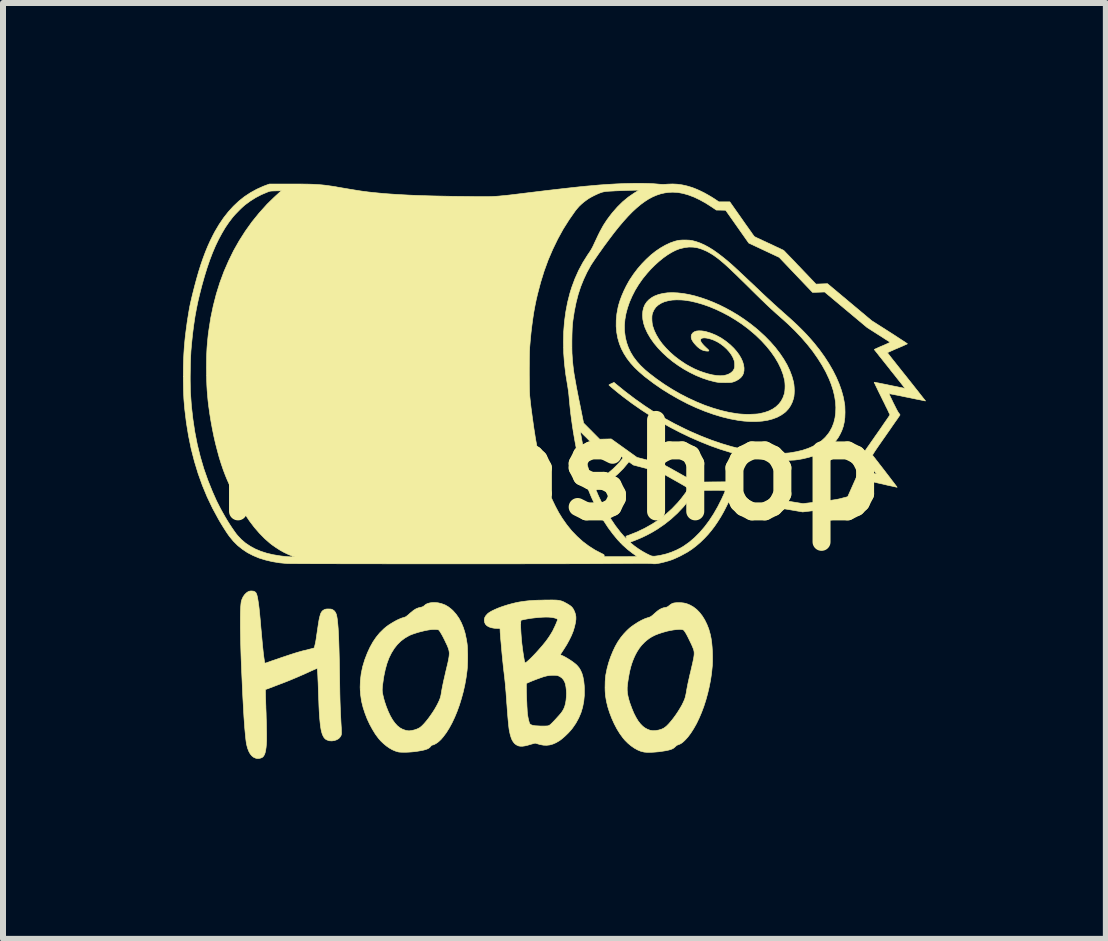
<source format=kicad_pcb>
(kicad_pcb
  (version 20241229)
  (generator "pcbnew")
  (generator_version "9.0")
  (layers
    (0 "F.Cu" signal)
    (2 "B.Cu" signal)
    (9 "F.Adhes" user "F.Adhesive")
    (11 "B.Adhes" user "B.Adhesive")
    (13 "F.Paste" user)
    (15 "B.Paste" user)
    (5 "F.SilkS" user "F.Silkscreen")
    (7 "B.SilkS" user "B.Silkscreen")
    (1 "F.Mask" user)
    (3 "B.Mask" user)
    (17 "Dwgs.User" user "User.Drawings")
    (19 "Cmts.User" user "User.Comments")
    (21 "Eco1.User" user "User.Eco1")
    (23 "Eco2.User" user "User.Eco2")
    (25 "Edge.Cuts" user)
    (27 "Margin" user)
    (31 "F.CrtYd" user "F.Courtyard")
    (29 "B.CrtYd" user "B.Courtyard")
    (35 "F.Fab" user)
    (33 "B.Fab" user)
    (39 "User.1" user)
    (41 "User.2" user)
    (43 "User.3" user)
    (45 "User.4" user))
  (footprint "Hoboshop"
    (layer "F.Cu")
    (at 6.106 4.783)
    (property "Reference" "Hoboshop" (at 0 0 0) (layer "F.SilkS") (effects (font (size 1.524 1.524) (thickness 0.3))))
    (attr exclude_from_pos_files exclude_from_bom)
    (fp_poly (pts (xy -1.856 2.213) (xy -1.794 2.228) (xy -1.736 2.25) (xy -1.683 2.281) (xy -1.632 2.321) (xy -1.607 2.344) (xy -1.554 2.404) (xy -1.507 2.471) (xy -1.467 2.546) (xy -1.433 2.628) (xy -1.405 2.719) (xy -1.384 2.818) (xy -1.372 2.89) (xy -1.368 2.926) (xy -1.365 2.97) (xy -1.364 3.02) (xy -1.362 3.074) (xy -1.362 3.13) (xy -1.363 3.187) (xy -1.365 3.24) (xy -1.367 3.29) (xy -1.371 3.333) (xy -1.372 3.344) (xy -1.388 3.462) (xy -1.409 3.58) (xy -1.435 3.696) (xy -1.466 3.809) (xy -1.5 3.919) (xy -1.538 4.024) (xy -1.579 4.123) (xy -1.623 4.216) (xy -1.67 4.302) (xy -1.719 4.38) (xy -1.77 4.448) (xy -1.805 4.489) (xy -1.832 4.515) (xy -1.86 4.539) (xy -1.89 4.559) (xy -1.917 4.574) (xy -1.941 4.583) (xy -1.954 4.585) (xy -1.962 4.589) (xy -1.973 4.6) (xy -1.979 4.607) (xy -1.993 4.623) (xy -2.011 4.637) (xy -2.035 4.649) (xy -2.065 4.66) (xy -2.103 4.67) (xy -2.149 4.679) (xy -2.204 4.688) (xy -2.216 4.69) (xy -2.256 4.695) (xy -2.3 4.699) (xy -2.346 4.702) (xy -2.391 4.704) (xy -2.434 4.704) (xy -2.472 4.703) (xy -2.503 4.701) (xy -2.521 4.698) (xy -2.567 4.684) (xy -2.616 4.663) (xy -2.667 4.634) (xy -2.717 4.599) (xy -2.765 4.559) (xy -2.81 4.516) (xy -2.846 4.475) (xy -2.899 4.404) (xy -2.948 4.324) (xy -2.995 4.238) (xy -3.037 4.148) (xy -3.073 4.054) (xy -3.104 3.96) (xy -3.127 3.868) (xy -3.132 3.844) (xy -3.148 3.733) (xy -3.152 3.666) (xy -2.786 3.666) (xy -2.785 3.687) (xy -2.783 3.706) (xy -2.783 3.708) (xy -2.774 3.752) (xy -2.762 3.803) (xy -2.747 3.858) (xy -2.728 3.914) (xy -2.719 3.941) (xy -2.685 4.026) (xy -2.65 4.1) (xy -2.613 4.164) (xy -2.574 4.218) (xy -2.533 4.263) (xy -2.49 4.297) (xy -2.444 4.322) (xy -2.397 4.338) (xy -2.38 4.342) (xy -2.358 4.345) (xy -2.342 4.347) (xy -2.326 4.346) (xy -2.306 4.343) (xy -2.298 4.342) (xy -2.251 4.332) (xy -2.207 4.317) (xy -2.169 4.299) (xy -2.15 4.286) (xy -2.121 4.261) (xy -2.088 4.227) (xy -2.053 4.186) (xy -2.017 4.141) (xy -1.981 4.091) (xy -1.945 4.039) (xy -1.912 3.987) (xy -1.882 3.935) (xy -1.856 3.885) (xy -1.834 3.838) (xy -1.821 3.804) (xy -1.814 3.78) (xy -1.807 3.751) (xy -1.802 3.721) (xy -1.8 3.709) (xy -1.791 3.656) (xy -1.779 3.594) (xy -1.764 3.522) (xy -1.745 3.44) (xy -1.728 3.365) (xy -1.714 3.306) (xy -1.702 3.256) (xy -1.692 3.214) (xy -1.685 3.18) (xy -1.679 3.151) (xy -1.675 3.127) (xy -1.672 3.107) (xy -1.67 3.09) (xy -1.669 3.074) (xy -1.668 3.062) (xy -1.669 3.04) (xy -1.672 3.018) (xy -1.677 2.995) (xy -1.685 2.97) (xy -1.696 2.941) (xy -1.711 2.907) (xy -1.731 2.866) (xy -1.744 2.838) (xy -1.768 2.79) (xy -1.79 2.749) (xy -1.81 2.715) (xy -1.826 2.689) (xy -1.839 2.672) (xy -1.848 2.664) (xy -1.849 2.664) (xy -1.864 2.66) (xy -1.888 2.658) (xy -1.916 2.657) (xy -1.946 2.658) (xy -1.976 2.66) (xy -1.981 2.661) (xy -2.027 2.668) (xy -2.078 2.678) (xy -2.131 2.691) (xy -2.185 2.705) (xy -2.236 2.721) (xy -2.283 2.737) (xy -2.323 2.753) (xy -2.34 2.761) (xy -2.41 2.802) (xy -2.475 2.851) (xy -2.534 2.909) (xy -2.586 2.975) (xy -2.632 3.049) (xy -2.673 3.132) (xy -2.707 3.224) (xy -2.735 3.324) (xy -2.758 3.433) (xy -2.766 3.483) (xy -2.773 3.535) (xy -2.779 3.577) (xy -2.783 3.612) (xy -2.785 3.641) (xy -2.786 3.666) (xy -3.152 3.666) (xy -3.154 3.62) (xy -3.15 3.507) (xy -3.136 3.392) (xy -3.112 3.277) (xy -3.077 3.162) (xy -3.033 3.048) (xy -2.989 2.953) (xy -2.94 2.865) (xy -2.887 2.787) (xy -2.829 2.716) (xy -2.764 2.652) (xy -2.757 2.645) (xy -2.721 2.615) (xy -2.679 2.584) (xy -2.633 2.555) (xy -2.586 2.527) (xy -2.54 2.502) (xy -2.496 2.482) (xy -2.456 2.466) (xy -2.438 2.461) (xy -2.422 2.457) (xy -2.409 2.452) (xy -2.396 2.447) (xy -2.384 2.439) (xy -2.369 2.427) (xy -2.35 2.412) (xy -2.326 2.39) (xy -2.308 2.375) (xy -2.264 2.339) (xy -2.222 2.313) (xy -2.182 2.297) (xy -2.156 2.291) (xy -2.122 2.283) (xy -2.096 2.27) (xy -2.079 2.255) (xy -2.056 2.237) (xy -2.026 2.224) (xy -1.989 2.214) (xy -1.947 2.209) (xy -1.902 2.209) (xy -1.856 2.213)) (stroke (width 0.01) (type solid)) (fill yes) (layer "F.SilkS"))
    (fp_poly (pts (xy 2.2 2.212) (xy 2.237 2.216) (xy 2.271 2.223) (xy 2.305 2.234) (xy 2.342 2.25) (xy 2.345 2.251) (xy 2.401 2.283) (xy 2.454 2.324) (xy 2.503 2.374) (xy 2.548 2.432) (xy 2.589 2.498) (xy 2.625 2.571) (xy 2.656 2.649) (xy 2.68 2.734) (xy 2.683 2.746) (xy 2.695 2.806) (xy 2.705 2.874) (xy 2.712 2.949) (xy 2.717 3.027) (xy 2.719 3.106) (xy 2.719 3.184) (xy 2.716 3.259) (xy 2.714 3.276) (xy 2.703 3.388) (xy 2.686 3.502) (xy 2.664 3.614) (xy 2.638 3.725) (xy 2.608 3.834) (xy 2.574 3.94) (xy 2.536 4.041) (xy 2.495 4.137) (xy 2.452 4.227) (xy 2.405 4.31) (xy 2.357 4.385) (xy 2.307 4.452) (xy 2.267 4.496) (xy 2.234 4.528) (xy 2.205 4.551) (xy 2.176 4.568) (xy 2.148 4.579) (xy 2.125 4.588) (xy 2.107 4.603) (xy 2.098 4.612) (xy 2.079 4.629) (xy 2.057 4.644) (xy 2.028 4.656) (xy 1.991 4.667) (xy 1.983 4.669) (xy 1.936 4.679) (xy 1.884 4.687) (xy 1.83 4.695) (xy 1.775 4.7) (xy 1.721 4.704) (xy 1.67 4.705) (xy 1.624 4.705) (xy 1.586 4.702) (xy 1.573 4.7) (xy 1.522 4.687) (xy 1.469 4.665) (xy 1.415 4.635) (xy 1.361 4.597) (xy 1.308 4.553) (xy 1.259 4.504) (xy 1.227 4.466) (xy 1.175 4.395) (xy 1.126 4.316) (xy 1.081 4.23) (xy 1.04 4.139) (xy 1.004 4.045) (xy 0.974 3.951) (xy 0.951 3.857) (xy 0.936 3.767) (xy 0.935 3.763) (xy 0.932 3.724) (xy 0.929 3.679) (xy 0.929 3.673) (xy 1.297 3.673) (xy 1.301 3.722) (xy 1.311 3.774) (xy 1.325 3.83) (xy 1.341 3.882) (xy 1.374 3.972) (xy 1.407 4.052) (xy 1.443 4.122) (xy 1.479 4.182) (xy 1.518 4.232) (xy 1.558 4.272) (xy 1.591 4.297) (xy 1.634 4.321) (xy 1.677 4.337) (xy 1.721 4.344) (xy 1.769 4.343) (xy 1.821 4.334) (xy 1.832 4.331) (xy 1.873 4.318) (xy 1.908 4.301) (xy 1.941 4.277) (xy 1.958 4.262) (xy 1.992 4.227) (xy 2.029 4.184) (xy 2.067 4.136) (xy 2.105 4.084) (xy 2.142 4.029) (xy 2.176 3.974) (xy 2.207 3.921) (xy 2.232 3.87) (xy 2.252 3.825) (xy 2.255 3.817) (xy 2.262 3.795) (xy 2.269 3.767) (xy 2.276 3.736) (xy 2.282 3.705) (xy 2.282 3.705) (xy 2.288 3.667) (xy 2.295 3.63) (xy 2.302 3.593) (xy 2.31 3.553) (xy 2.32 3.509) (xy 2.331 3.459) (xy 2.344 3.402) (xy 2.356 3.354) (xy 2.37 3.291) (xy 2.383 3.237) (xy 2.393 3.191) (xy 2.401 3.152) (xy 2.407 3.12) (xy 2.411 3.092) (xy 2.413 3.069) (xy 2.413 3.049) (xy 2.412 3.031) (xy 2.409 3.014) (xy 2.405 2.998) (xy 2.401 2.984) (xy 2.393 2.965) (xy 2.382 2.938) (xy 2.368 2.906) (xy 2.351 2.871) (xy 2.333 2.834) (xy 2.315 2.797) (xy 2.298 2.763) (xy 2.282 2.734) (xy 2.269 2.711) (xy 2.266 2.707) (xy 2.254 2.689) (xy 2.243 2.675) (xy 2.234 2.666) (xy 2.233 2.666) (xy 2.215 2.66) (xy 2.188 2.657) (xy 2.154 2.657) (xy 2.115 2.66) (xy 2.071 2.665) (xy 2.024 2.673) (xy 1.976 2.683) (xy 1.967 2.685) (xy 1.891 2.706) (xy 1.823 2.728) (xy 1.764 2.751) (xy 1.71 2.778) (xy 1.662 2.808) (xy 1.617 2.843) (xy 1.583 2.873) (xy 1.537 2.921) (xy 1.498 2.971) (xy 1.462 3.027) (xy 1.433 3.08) (xy 1.41 3.13) (xy 1.39 3.179) (xy 1.372 3.229) (xy 1.356 3.282) (xy 1.342 3.338) (xy 1.329 3.401) (xy 1.317 3.47) (xy 1.305 3.548) (xy 1.302 3.575) (xy 1.297 3.624) (xy 1.297 3.673) (xy 0.929 3.673) (xy 0.928 3.629) (xy 0.929 3.577) (xy 0.93 3.526) (xy 0.933 3.479) (xy 0.937 3.437) (xy 0.94 3.415) (xy 0.961 3.311) (xy 0.987 3.214) (xy 1.019 3.119) (xy 1.057 3.026) (xy 1.097 2.941) (xy 1.14 2.865) (xy 1.187 2.796) (xy 1.239 2.732) (xy 1.283 2.685) (xy 1.315 2.654) (xy 1.344 2.628) (xy 1.374 2.605) (xy 1.408 2.581) (xy 1.42 2.573) (xy 1.479 2.535) (xy 1.534 2.505) (xy 1.585 2.481) (xy 1.629 2.465) (xy 1.642 2.461) (xy 1.661 2.456) (xy 1.677 2.449) (xy 1.693 2.441) (xy 1.709 2.429) (xy 1.729 2.413) (xy 1.753 2.391) (xy 1.76 2.385) (xy 1.798 2.352) (xy 1.833 2.327) (xy 1.867 2.309) (xy 1.9 2.297) (xy 1.936 2.29) (xy 1.937 2.29) (xy 1.954 2.286) (xy 1.968 2.28) (xy 1.985 2.269) (xy 1.995 2.26) (xy 2.019 2.242) (xy 2.041 2.228) (xy 2.064 2.219) (xy 2.091 2.214) (xy 2.124 2.211) (xy 2.155 2.211) (xy 2.2 2.212)) (stroke (width 0.01) (type solid)) (fill yes) (layer "F.SilkS"))
    (fp_poly (pts (xy -4.932 2.019) (xy -4.908 2.029) (xy -4.89 2.046) (xy -4.878 2.071) (xy -4.878 2.071) (xy -4.871 2.096) (xy -4.864 2.126) (xy -4.858 2.162) (xy -4.851 2.205) (xy -4.844 2.255) (xy -4.837 2.312) (xy -4.83 2.379) (xy -4.823 2.454) (xy -4.815 2.538) (xy -4.809 2.616) (xy -4.801 2.7) (xy -4.794 2.779) (xy -4.787 2.854) (xy -4.781 2.924) (xy -4.774 2.987) (xy -4.768 3.045) (xy -4.762 3.095) (xy -4.756 3.137) (xy -4.751 3.171) (xy -4.747 3.197) (xy -4.743 3.213) (xy -4.741 3.218) (xy -4.735 3.218) (xy -4.722 3.215) (xy -4.715 3.213) (xy -4.626 3.181) (xy -4.54 3.152) (xy -4.46 3.124) (xy -4.385 3.099) (xy -4.316 3.076) (xy -4.254 3.056) (xy -4.199 3.039) (xy -4.152 3.026) (xy -4.114 3.015) (xy -4.089 3.009) (xy -4.062 3.003) (xy -4.029 2.995) (xy -3.997 2.986) (xy -3.98 2.982) (xy -3.921 2.966) (xy -3.913 2.941) (xy -3.909 2.925) (xy -3.904 2.905) (xy -3.899 2.881) (xy -3.893 2.851) (xy -3.887 2.815) (xy -3.881 2.771) (xy -3.873 2.719) (xy -3.868 2.685) (xy -3.858 2.617) (xy -3.849 2.559) (xy -3.841 2.509) (xy -3.833 2.468) (xy -3.824 2.434) (xy -3.816 2.406) (xy -3.807 2.383) (xy -3.797 2.366) (xy -3.786 2.352) (xy -3.773 2.34) (xy -3.759 2.332) (xy -3.753 2.328) (xy -3.739 2.322) (xy -3.723 2.318) (xy -3.704 2.316) (xy -3.681 2.316) (xy -3.656 2.317) (xy -3.639 2.318) (xy -3.626 2.322) (xy -3.613 2.328) (xy -3.61 2.329) (xy -3.585 2.347) (xy -3.567 2.37) (xy -3.553 2.399) (xy -3.547 2.419) (xy -3.541 2.448) (xy -3.535 2.485) (xy -3.53 2.529) (xy -3.525 2.582) (xy -3.52 2.643) (xy -3.516 2.713) (xy -3.512 2.792) (xy -3.509 2.88) (xy -3.506 2.977) (xy -3.503 3.085) (xy -3.5 3.201) (xy -3.498 3.329) (xy -3.496 3.452) (xy -3.494 3.594) (xy -3.492 3.727) (xy -3.489 3.849) (xy -3.485 3.961) (xy -3.481 4.063) (xy -3.476 4.155) (xy -3.474 4.197) (xy -3.471 4.25) (xy -3.468 4.293) (xy -3.466 4.328) (xy -3.466 4.356) (xy -3.465 4.378) (xy -3.466 4.394) (xy -3.467 4.407) (xy -3.47 4.418) (xy -3.473 4.426) (xy -3.477 4.435) (xy -3.48 4.438) (xy -3.492 4.456) (xy -3.506 4.471) (xy -3.512 4.477) (xy -3.545 4.496) (xy -3.583 4.509) (xy -3.624 4.515) (xy -3.663 4.513) (xy -3.68 4.509) (xy -3.712 4.497) (xy -3.736 4.482) (xy -3.754 4.462) (xy -3.762 4.45) (xy -3.772 4.431) (xy -3.782 4.41) (xy -3.79 4.386) (xy -3.798 4.358) (xy -3.805 4.327) (xy -3.811 4.291) (xy -3.817 4.249) (xy -3.822 4.202) (xy -3.827 4.149) (xy -3.832 4.088) (xy -3.836 4.02) (xy -3.84 3.943) (xy -3.843 3.858) (xy -3.847 3.763) (xy -3.85 3.676) (xy -3.852 3.609) (xy -3.854 3.547) (xy -3.857 3.491) (xy -3.859 3.44) (xy -3.861 3.397) (xy -3.864 3.361) (xy -3.866 3.333) (xy -3.868 3.315) (xy -3.87 3.306) (xy -3.87 3.305) (xy -3.875 3.307) (xy -3.888 3.313) (xy -3.909 3.321) (xy -3.935 3.333) (xy -3.965 3.346) (xy -3.995 3.36) (xy -4.07 3.394) (xy -4.138 3.424) (xy -4.202 3.452) (xy -4.262 3.477) (xy -4.321 3.502) (xy -4.381 3.526) (xy -4.445 3.551) (xy -4.514 3.577) (xy -4.59 3.606) (xy -4.607 3.613) (xy -4.732 3.659) (xy -4.732 3.699) (xy -4.732 3.713) (xy -4.731 3.736) (xy -4.731 3.767) (xy -4.73 3.804) (xy -4.728 3.847) (xy -4.727 3.893) (xy -4.725 3.941) (xy -4.725 3.958) (xy -4.721 4.053) (xy -4.719 4.139) (xy -4.716 4.216) (xy -4.715 4.284) (xy -4.714 4.344) (xy -4.713 4.396) (xy -4.713 4.442) (xy -4.713 4.481) (xy -4.713 4.515) (xy -4.715 4.544) (xy -4.716 4.564) (xy -4.721 4.621) (xy -4.728 4.669) (xy -4.736 4.707) (xy -4.746 4.738) (xy -4.759 4.762) (xy -4.774 4.781) (xy -4.792 4.794) (xy -4.795 4.795) (xy -4.825 4.805) (xy -4.858 4.809) (xy -4.89 4.805) (xy -4.891 4.804) (xy -4.927 4.789) (xy -4.959 4.764) (xy -4.987 4.73) (xy -5.011 4.686) (xy -5.031 4.633) (xy -5.046 4.575) (xy -5.052 4.541) (xy -5.058 4.496) (xy -5.064 4.441) (xy -5.07 4.377) (xy -5.077 4.302) (xy -5.083 4.217) (xy -5.09 4.123) (xy -5.096 4.02) (xy -5.102 3.907) (xy -5.109 3.785) (xy -5.114 3.681) (xy -5.121 3.521) (xy -5.128 3.368) (xy -5.134 3.224) (xy -5.139 3.088) (xy -5.143 2.961) (xy -5.146 2.842) (xy -5.148 2.732) (xy -5.15 2.632) (xy -5.15 2.54) (xy -5.15 2.458) (xy -5.149 2.386) (xy -5.147 2.323) (xy -5.144 2.271) (xy -5.14 2.228) (xy -5.136 2.196) (xy -5.136 2.195) (xy -5.123 2.153) (xy -5.104 2.113) (xy -5.079 2.077) (xy -5.05 2.048) (xy -5.021 2.028) (xy -5.001 2.02) (xy -4.977 2.016) (xy -4.964 2.016) (xy -4.932 2.019)) (stroke (width 0.01) (type solid)) (fill yes) (layer "F.SilkS"))
    (fp_poly (pts (xy 0.079 2.167) (xy 0.115 2.168) (xy 0.146 2.171) (xy 0.173 2.176) (xy 0.198 2.182) (xy 0.221 2.19) (xy 0.245 2.201) (xy 0.269 2.214) (xy 0.297 2.229) (xy 0.303 2.233) (xy 0.339 2.255) (xy 0.366 2.276) (xy 0.386 2.298) (xy 0.403 2.324) (xy 0.406 2.33) (xy 0.424 2.371) (xy 0.436 2.409) (xy 0.442 2.447) (xy 0.442 2.489) (xy 0.436 2.536) (xy 0.435 2.543) (xy 0.419 2.613) (xy 0.398 2.684) (xy 0.369 2.756) (xy 0.333 2.83) (xy 0.29 2.909) (xy 0.239 2.99) (xy 0.18 3.08) (xy 0.197 3.086) (xy 0.226 3.098) (xy 0.261 3.116) (xy 0.299 3.138) (xy 0.338 3.162) (xy 0.377 3.188) (xy 0.412 3.214) (xy 0.442 3.238) (xy 0.459 3.254) (xy 0.492 3.292) (xy 0.52 3.338) (xy 0.543 3.39) (xy 0.56 3.45) (xy 0.573 3.518) (xy 0.581 3.594) (xy 0.583 3.644) (xy 0.583 3.752) (xy 0.573 3.855) (xy 0.554 3.953) (xy 0.526 4.046) (xy 0.488 4.135) (xy 0.441 4.221) (xy 0.385 4.302) (xy 0.374 4.316) (xy 0.346 4.349) (xy 0.313 4.385) (xy 0.277 4.42) (xy 0.241 4.453) (xy 0.207 4.482) (xy 0.177 4.505) (xy 0.17 4.51) (xy 0.114 4.543) (xy 0.06 4.567) (xy 0.007 4.582) (xy -0.046 4.588) (xy -0.1 4.586) (xy -0.158 4.575) (xy -0.178 4.569) (xy -0.237 4.552) (xy -0.278 4.563) (xy -0.304 4.57) (xy -0.334 4.579) (xy -0.361 4.587) (xy -0.364 4.588) (xy -0.408 4.598) (xy -0.45 4.604) (xy -0.488 4.603) (xy -0.519 4.597) (xy -0.52 4.596) (xy -0.551 4.581) (xy -0.579 4.56) (xy -0.602 4.532) (xy -0.623 4.497) (xy -0.64 4.453) (xy -0.655 4.401) (xy -0.668 4.339) (xy -0.672 4.316) (xy -0.675 4.291) (xy -0.679 4.257) (xy -0.683 4.214) (xy -0.688 4.164) (xy -0.693 4.107) (xy -0.698 4.045) (xy -0.703 3.978) (xy -0.708 3.907) (xy -0.709 3.902) (xy -0.714 3.827) (xy -0.719 3.761) (xy -0.723 3.703) (xy -0.728 3.649) (xy -0.732 3.602) (xy -0.384 3.602) (xy -0.384 3.628) (xy -0.383 3.663) (xy -0.383 3.695) (xy -0.381 3.759) (xy -0.379 3.821) (xy -0.376 3.879) (xy -0.374 3.934) (xy -0.371 3.982) (xy -0.369 4.024) (xy -0.366 4.058) (xy -0.363 4.081) (xy -0.359 4.106) (xy -0.354 4.133) (xy -0.348 4.161) (xy -0.341 4.187) (xy -0.335 4.209) (xy -0.329 4.224) (xy -0.326 4.23) (xy -0.307 4.245) (xy -0.279 4.255) (xy -0.241 4.262) (xy -0.224 4.263) (xy -0.186 4.265) (xy -0.148 4.267) (xy -0.111 4.267) (xy -0.078 4.267) (xy -0.05 4.266) (xy -0.03 4.265) (xy -0.021 4.263) (xy -0.01 4.259) (xy 0.002 4.253) (xy 0.015 4.243) (xy 0.031 4.229) (xy 0.051 4.209) (xy 0.076 4.183) (xy 0.106 4.151) (xy 0.106 4.151) (xy 0.141 4.112) (xy 0.17 4.08) (xy 0.193 4.053) (xy 0.211 4.028) (xy 0.225 4.006) (xy 0.237 3.984) (xy 0.247 3.962) (xy 0.256 3.937) (xy 0.258 3.931) (xy 0.27 3.885) (xy 0.278 3.834) (xy 0.283 3.778) (xy 0.285 3.721) (xy 0.282 3.666) (xy 0.276 3.614) (xy 0.267 3.568) (xy 0.258 3.54) (xy 0.238 3.501) (xy 0.213 3.47) (xy 0.18 3.446) (xy 0.172 3.441) (xy 0.154 3.433) (xy 0.139 3.427) (xy 0.124 3.424) (xy 0.105 3.422) (xy 0.081 3.421) (xy 0.041 3.421) (xy 0.003 3.424) (xy -0.037 3.43) (xy -0.081 3.441) (xy -0.092 3.444) (xy -0.113 3.451) (xy -0.139 3.46) (xy -0.17 3.471) (xy -0.203 3.483) (xy -0.237 3.496) (xy -0.271 3.509) (xy -0.303 3.522) (xy -0.331 3.534) (xy -0.354 3.544) (xy -0.37 3.551) (xy -0.378 3.556) (xy -0.379 3.557) (xy -0.381 3.561) (xy -0.383 3.569) (xy -0.384 3.582) (xy -0.384 3.602) (xy -0.732 3.602) (xy -0.732 3.6) (xy -0.736 3.554) (xy -0.741 3.508) (xy -0.746 3.461) (xy -0.752 3.411) (xy -0.758 3.358) (xy -0.759 3.354) (xy -0.763 3.316) (xy -0.768 3.272) (xy -0.773 3.223) (xy -0.779 3.17) (xy -0.784 3.114) (xy -0.79 3.056) (xy -0.795 2.998) (xy -0.8 2.94) (xy -0.805 2.884) (xy -0.81 2.832) (xy -0.814 2.784) (xy -0.817 2.741) (xy -0.82 2.705) (xy -0.821 2.676) (xy -0.822 2.657) (xy -0.822 2.654) (xy -0.822 2.647) (xy -0.825 2.643) (xy -0.832 2.641) (xy -0.846 2.64) (xy -0.863 2.64) (xy -0.92 2.637) (xy -0.969 2.628) (xy -1.009 2.614) (xy -1.041 2.595) (xy -1.046 2.59) (xy -0.479 2.59) (xy -0.478 2.63) (xy -0.476 2.676) (xy -0.473 2.726) (xy -0.469 2.78) (xy -0.464 2.836) (xy -0.459 2.891) (xy -0.452 2.945) (xy -0.448 2.98) (xy -0.439 3.042) (xy -0.431 3.095) (xy -0.424 3.137) (xy -0.418 3.17) (xy -0.413 3.194) (xy -0.408 3.209) (xy -0.404 3.214) (xy -0.403 3.215) (xy -0.397 3.211) (xy -0.384 3.203) (xy -0.368 3.19) (xy -0.358 3.181) (xy -0.331 3.157) (xy -0.299 3.126) (xy -0.264 3.09) (xy -0.226 3.05) (xy -0.188 3.008) (xy -0.151 2.966) (xy -0.115 2.925) (xy -0.084 2.886) (xy -0.068 2.867) (xy -0.035 2.823) (xy -0.003 2.777) (xy 0.026 2.731) (xy 0.05 2.691) (xy 0.052 2.688) (xy 0.063 2.666) (xy 0.075 2.64) (xy 0.089 2.612) (xy 0.102 2.583) (xy 0.114 2.555) (xy 0.124 2.53) (xy 0.132 2.51) (xy 0.136 2.497) (xy 0.137 2.493) (xy 0.132 2.485) (xy 0.118 2.476) (xy 0.096 2.469) (xy 0.069 2.462) (xy 0.037 2.456) (xy 0.002 2.453) (xy -0.013 2.452) (xy -0.059 2.451) (xy -0.113 2.453) (xy -0.172 2.457) (xy -0.234 2.463) (xy -0.295 2.47) (xy -0.354 2.479) (xy -0.408 2.489) (xy -0.449 2.498) (xy -0.474 2.504) (xy -0.477 2.534) (xy -0.479 2.557) (xy -0.479 2.59) (xy -1.046 2.59) (xy -1.065 2.57) (xy -1.079 2.541) (xy -1.085 2.506) (xy -1.084 2.49) (xy -1.077 2.459) (xy -1.059 2.428) (xy -1.031 2.397) (xy -1.02 2.387) (xy -0.992 2.368) (xy -0.955 2.347) (xy -0.911 2.326) (xy -0.861 2.304) (xy -0.805 2.283) (xy -0.746 2.263) (xy -0.685 2.244) (xy -0.622 2.227) (xy -0.561 2.212) (xy -0.501 2.2) (xy -0.455 2.193) (xy -0.412 2.187) (xy -0.372 2.182) (xy -0.331 2.178) (xy -0.289 2.175) (xy -0.244 2.172) (xy -0.194 2.17) (xy -0.136 2.169) (xy -0.074 2.167) (xy -0.014 2.167) (xy 0.036 2.166) (xy 0.079 2.167)) (stroke (width 0.01) (type solid)) (fill yes) (layer "F.SilkS"))
    (fp_poly (pts (xy 2.295 -3.832) (xy 2.336 -3.83) (xy 2.37 -3.825) (xy 2.379 -3.824) (xy 2.446 -3.806) (xy 2.514 -3.782) (xy 2.583 -3.751) (xy 2.654 -3.713) (xy 2.727 -3.668) (xy 2.804 -3.614) (xy 2.885 -3.552) (xy 2.947 -3.502) (xy 2.972 -3.481) (xy 2.997 -3.459) (xy 3.023 -3.437) (xy 3.05 -3.413) (xy 3.079 -3.387) (xy 3.11 -3.358) (xy 3.145 -3.326) (xy 3.184 -3.289) (xy 3.228 -3.248) (xy 3.278 -3.201) (xy 3.334 -3.148) (xy 3.374 -3.111) (xy 3.437 -3.051) (xy 3.494 -2.997) (xy 3.544 -2.949) (xy 3.59 -2.906) (xy 3.632 -2.867) (xy 3.67 -2.832) (xy 3.707 -2.798) (xy 3.741 -2.766) (xy 3.776 -2.735) (xy 3.81 -2.704) (xy 3.846 -2.672) (xy 3.884 -2.638) (xy 3.924 -2.602) (xy 3.926 -2.601) (xy 4 -2.535) (xy 4.067 -2.474) (xy 4.128 -2.417) (xy 4.183 -2.363) (xy 4.235 -2.311) (xy 4.283 -2.261) (xy 4.33 -2.209) (xy 4.376 -2.157) (xy 4.412 -2.115) (xy 4.502 -2.002) (xy 4.584 -1.888) (xy 4.658 -1.774) (xy 4.724 -1.66) (xy 4.781 -1.547) (xy 4.829 -1.435) (xy 4.868 -1.325) (xy 4.898 -1.217) (xy 4.918 -1.111) (xy 4.922 -1.086) (xy 4.924 -1.064) (xy 4.925 -1.035) (xy 4.926 -1.002) (xy 4.927 -0.969) (xy 4.927 -0.956) (xy 4.924 -0.873) (xy 4.914 -0.797) (xy 4.898 -0.726) (xy 4.874 -0.658) (xy 4.847 -0.6) (xy 4.816 -0.544) (xy 4.78 -0.494) (xy 4.737 -0.445) (xy 4.71 -0.418) (xy 4.647 -0.364) (xy 4.577 -0.317) (xy 4.5 -0.276) (xy 4.416 -0.241) (xy 4.324 -0.211) (xy 4.223 -0.187) (xy 4.145 -0.173) (xy 4.121 -0.17) (xy 4.098 -0.167) (xy 4.074 -0.165) (xy 4.046 -0.164) (xy 4.015 -0.162) (xy 3.977 -0.162) (xy 3.931 -0.161) (xy 3.905 -0.161) (xy 3.863 -0.16) (xy 3.824 -0.16) (xy 3.789 -0.16) (xy 3.76 -0.16) (xy 3.737 -0.161) (xy 3.723 -0.161) (xy 3.72 -0.161) (xy 3.708 -0.163) (xy 3.687 -0.165) (xy 3.663 -0.167) (xy 3.641 -0.169) (xy 3.491 -0.187) (xy 3.336 -0.214) (xy 3.178 -0.25) (xy 3.016 -0.294) (xy 2.851 -0.345) (xy 2.685 -0.404) (xy 2.518 -0.471) (xy 2.35 -0.544) (xy 2.183 -0.624) (xy 2.017 -0.71) (xy 1.852 -0.802) (xy 1.69 -0.9) (xy 1.531 -1.003) (xy 1.376 -1.111) (xy 1.226 -1.223) (xy 1.156 -1.278) (xy 1.122 -1.306) (xy 1.089 -1.333) (xy 1.06 -1.357) (xy 1.035 -1.378) (xy 1.014 -1.396) (xy 1 -1.409) (xy 0.993 -1.416) (xy 0.992 -1.417) (xy 0.996 -1.42) (xy 1.007 -1.427) (xy 1.024 -1.436) (xy 1.034 -1.44) (xy 1.077 -1.46) (xy 1.1 -1.44) (xy 1.264 -1.307) (xy 1.426 -1.184) (xy 1.589 -1.069) (xy 1.752 -0.962) (xy 1.918 -0.863) (xy 2.088 -0.77) (xy 2.263 -0.683) (xy 2.348 -0.643) (xy 2.521 -0.568) (xy 2.694 -0.5) (xy 2.866 -0.441) (xy 3.037 -0.39) (xy 3.205 -0.348) (xy 3.369 -0.315) (xy 3.53 -0.291) (xy 3.568 -0.286) (xy 3.61 -0.283) (xy 3.66 -0.28) (xy 3.714 -0.278) (xy 3.77 -0.277) (xy 3.827 -0.277) (xy 3.882 -0.278) (xy 3.932 -0.28) (xy 3.977 -0.283) (xy 4.008 -0.286) (xy 4.117 -0.305) (xy 4.218 -0.329) (xy 4.311 -0.36) (xy 4.396 -0.397) (xy 4.472 -0.44) (xy 4.539 -0.49) (xy 4.599 -0.546) (xy 4.65 -0.608) (xy 4.673 -0.642) (xy 4.711 -0.712) (xy 4.74 -0.788) (xy 4.76 -0.869) (xy 4.771 -0.954) (xy 4.774 -1.043) (xy 4.768 -1.136) (xy 4.753 -1.232) (xy 4.729 -1.331) (xy 4.696 -1.432) (xy 4.661 -1.52) (xy 4.608 -1.633) (xy 4.544 -1.748) (xy 4.471 -1.863) (xy 4.39 -1.979) (xy 4.299 -2.094) (xy 4.2 -2.208) (xy 4.094 -2.32) (xy 3.981 -2.43) (xy 3.897 -2.506) (xy 3.855 -2.543) (xy 3.817 -2.577) (xy 3.78 -2.609) (xy 3.746 -2.64) (xy 3.712 -2.671) (xy 3.678 -2.702) (xy 3.644 -2.734) (xy 3.608 -2.768) (xy 3.57 -2.805) (xy 3.529 -2.844) (xy 3.484 -2.888) (xy 3.435 -2.936) (xy 3.381 -2.989) (xy 3.321 -3.049) (xy 3.257 -3.112) (xy 3.184 -3.183) (xy 3.118 -3.248) (xy 3.058 -3.305) (xy 3.004 -3.357) (xy 2.954 -3.403) (xy 2.909 -3.443) (xy 2.867 -3.479) (xy 2.828 -3.511) (xy 2.792 -3.539) (xy 2.757 -3.564) (xy 2.724 -3.587) (xy 2.691 -3.607) (xy 2.658 -3.626) (xy 2.625 -3.644) (xy 2.619 -3.647) (xy 2.545 -3.679) (xy 2.472 -3.702) (xy 2.399 -3.714) (xy 2.327 -3.716) (xy 2.254 -3.707) (xy 2.179 -3.689) (xy 2.167 -3.686) (xy 2.103 -3.661) (xy 2.037 -3.627) (xy 1.968 -3.585) (xy 1.898 -3.535) (xy 1.828 -3.478) (xy 1.758 -3.415) (xy 1.69 -3.347) (xy 1.625 -3.274) (xy 1.563 -3.198) (xy 1.552 -3.184) (xy 1.487 -3.091) (xy 1.429 -2.996) (xy 1.379 -2.898) (xy 1.336 -2.8) (xy 1.302 -2.701) (xy 1.276 -2.604) (xy 1.259 -2.508) (xy 1.251 -2.414) (xy 1.252 -2.324) (xy 1.254 -2.301) (xy 1.266 -2.21) (xy 1.287 -2.124) (xy 1.316 -2.042) (xy 1.353 -1.963) (xy 1.399 -1.887) (xy 1.455 -1.813) (xy 1.52 -1.74) (xy 1.595 -1.669) (xy 1.663 -1.612) (xy 1.787 -1.517) (xy 1.916 -1.427) (xy 2.049 -1.343) (xy 2.183 -1.266) (xy 2.32 -1.196) (xy 2.457 -1.133) (xy 2.594 -1.077) (xy 2.731 -1.03) (xy 2.865 -0.991) (xy 2.997 -0.96) (xy 3.126 -0.939) (xy 3.157 -0.935) (xy 3.196 -0.932) (xy 3.242 -0.929) (xy 3.29 -0.928) (xy 3.34 -0.928) (xy 3.389 -0.93) (xy 3.435 -0.932) (xy 3.474 -0.935) (xy 3.506 -0.94) (xy 3.506 -0.94) (xy 3.586 -0.959) (xy 3.658 -0.984) (xy 3.722 -1.016) (xy 3.777 -1.054) (xy 3.824 -1.099) (xy 3.863 -1.149) (xy 3.893 -1.206) (xy 3.915 -1.268) (xy 3.919 -1.283) (xy 3.924 -1.317) (xy 3.927 -1.358) (xy 3.928 -1.402) (xy 3.926 -1.445) (xy 3.922 -1.485) (xy 3.918 -1.505) (xy 3.894 -1.597) (xy 3.859 -1.69) (xy 3.814 -1.783) (xy 3.759 -1.876) (xy 3.694 -1.969) (xy 3.62 -2.061) (xy 3.536 -2.153) (xy 3.443 -2.243) (xy 3.395 -2.285) (xy 3.302 -2.362) (xy 3.204 -2.435) (xy 3.101 -2.503) (xy 2.995 -2.567) (xy 2.887 -2.624) (xy 2.778 -2.676) (xy 2.668 -2.722) (xy 2.56 -2.76) (xy 2.454 -2.791) (xy 2.35 -2.815) (xy 2.251 -2.83) (xy 2.2 -2.834) (xy 2.119 -2.836) (xy 2.045 -2.832) (xy 1.976 -2.82) (xy 1.915 -2.803) (xy 1.861 -2.779) (xy 1.814 -2.749) (xy 1.775 -2.714) (xy 1.745 -2.672) (xy 1.723 -2.625) (xy 1.712 -2.588) (xy 1.709 -2.562) (xy 1.708 -2.529) (xy 1.709 -2.492) (xy 1.712 -2.455) (xy 1.717 -2.42) (xy 1.723 -2.397) (xy 1.748 -2.324) (xy 1.783 -2.251) (xy 1.827 -2.177) (xy 1.88 -2.104) (xy 1.942 -2.033) (xy 2.011 -1.963) (xy 2.087 -1.896) (xy 2.171 -1.832) (xy 2.26 -1.772) (xy 2.279 -1.76) (xy 2.349 -1.721) (xy 2.421 -1.684) (xy 2.496 -1.652) (xy 2.571 -1.625) (xy 2.644 -1.603) (xy 2.715 -1.586) (xy 2.782 -1.575) (xy 2.842 -1.571) (xy 2.851 -1.571) (xy 2.903 -1.574) (xy 2.951 -1.585) (xy 2.993 -1.601) (xy 3.029 -1.623) (xy 3.057 -1.649) (xy 3.077 -1.681) (xy 3.085 -1.704) (xy 3.088 -1.727) (xy 3.088 -1.755) (xy 3.087 -1.785) (xy 3.082 -1.813) (xy 3.08 -1.822) (xy 3.061 -1.871) (xy 3.034 -1.92) (xy 2.998 -1.969) (xy 2.956 -2.016) (xy 2.907 -2.061) (xy 2.854 -2.101) (xy 2.814 -2.127) (xy 2.774 -2.148) (xy 2.732 -2.167) (xy 2.692 -2.181) (xy 2.652 -2.192) (xy 2.616 -2.199) (xy 2.584 -2.202) (xy 2.558 -2.2) (xy 2.537 -2.194) (xy 2.524 -2.182) (xy 2.522 -2.176) (xy 2.52 -2.16) (xy 2.524 -2.142) (xy 2.536 -2.121) (xy 2.555 -2.097) (xy 2.582 -2.068) (xy 2.612 -2.039) (xy 2.636 -2.017) (xy 2.651 -2.002) (xy 2.658 -1.991) (xy 2.657 -1.985) (xy 2.648 -1.982) (xy 2.631 -1.982) (xy 2.612 -1.983) (xy 2.574 -1.99) (xy 2.539 -2.003) (xy 2.504 -2.024) (xy 2.468 -2.053) (xy 2.448 -2.073) (xy 2.412 -2.113) (xy 2.386 -2.15) (xy 2.369 -2.183) (xy 2.363 -2.214) (xy 2.365 -2.243) (xy 2.372 -2.261) (xy 2.391 -2.286) (xy 2.417 -2.304) (xy 2.451 -2.316) (xy 2.493 -2.32) (xy 2.541 -2.318) (xy 2.595 -2.31) (xy 2.611 -2.306) (xy 2.695 -2.28) (xy 2.779 -2.245) (xy 2.861 -2.201) (xy 2.94 -2.147) (xy 3.015 -2.086) (xy 3.073 -2.03) (xy 3.121 -1.975) (xy 3.162 -1.919) (xy 3.195 -1.863) (xy 3.22 -1.808) (xy 3.236 -1.754) (xy 3.244 -1.702) (xy 3.243 -1.653) (xy 3.233 -1.607) (xy 3.216 -1.572) (xy 3.189 -1.539) (xy 3.154 -1.511) (xy 3.113 -1.487) (xy 3.076 -1.472) (xy 3.061 -1.467) (xy 3.047 -1.463) (xy 3.034 -1.461) (xy 3.019 -1.459) (xy 2.999 -1.458) (xy 2.974 -1.458) (xy 2.941 -1.457) (xy 2.927 -1.457) (xy 2.889 -1.458) (xy 2.859 -1.458) (xy 2.835 -1.459) (xy 2.814 -1.461) (xy 2.793 -1.464) (xy 2.771 -1.468) (xy 2.756 -1.471) (xy 2.652 -1.498) (xy 2.548 -1.533) (xy 2.445 -1.575) (xy 2.343 -1.625) (xy 2.244 -1.68) (xy 2.147 -1.742) (xy 2.055 -1.808) (xy 1.968 -1.879) (xy 1.887 -1.954) (xy 1.812 -2.032) (xy 1.745 -2.112) (xy 1.687 -2.194) (xy 1.638 -2.277) (xy 1.624 -2.305) (xy 1.592 -2.377) (xy 1.57 -2.446) (xy 1.557 -2.513) (xy 1.553 -2.579) (xy 1.553 -2.582) (xy 1.557 -2.646) (xy 1.57 -2.703) (xy 1.592 -2.755) (xy 1.623 -2.801) (xy 1.663 -2.842) (xy 1.711 -2.877) (xy 1.754 -2.9) (xy 1.819 -2.925) (xy 1.89 -2.942) (xy 1.967 -2.953) (xy 2.05 -2.956) (xy 2.138 -2.952) (xy 2.229 -2.942) (xy 2.325 -2.925) (xy 2.423 -2.902) (xy 2.524 -2.872) (xy 2.626 -2.837) (xy 2.73 -2.796) (xy 2.834 -2.75) (xy 2.938 -2.698) (xy 3.042 -2.641) (xy 3.144 -2.58) (xy 3.245 -2.513) (xy 3.343 -2.442) (xy 3.438 -2.367) (xy 3.494 -2.319) (xy 3.593 -2.228) (xy 3.684 -2.135) (xy 3.767 -2.04) (xy 3.84 -1.945) (xy 3.905 -1.849) (xy 3.961 -1.753) (xy 4.006 -1.658) (xy 4.042 -1.563) (xy 4.068 -1.469) (xy 4.069 -1.464) (xy 4.076 -1.42) (xy 4.08 -1.372) (xy 4.082 -1.321) (xy 4.08 -1.272) (xy 4.076 -1.227) (xy 4.069 -1.194) (xy 4.049 -1.133) (xy 4.021 -1.075) (xy 3.986 -1.022) (xy 3.944 -0.976) (xy 3.924 -0.958) (xy 3.863 -0.915) (xy 3.796 -0.879) (xy 3.72 -0.851) (xy 3.638 -0.829) (xy 3.549 -0.815) (xy 3.453 -0.808) (xy 3.351 -0.808) (xy 3.243 -0.815) (xy 3.148 -0.827) (xy 3.013 -0.852) (xy 2.874 -0.886) (xy 2.732 -0.929) (xy 2.589 -0.98) (xy 2.445 -1.039) (xy 2.3 -1.106) (xy 2.157 -1.181) (xy 2.015 -1.262) (xy 1.875 -1.349) (xy 1.739 -1.443) (xy 1.607 -1.543) (xy 1.586 -1.559) (xy 1.499 -1.634) (xy 1.421 -1.708) (xy 1.353 -1.783) (xy 1.294 -1.86) (xy 1.244 -1.938) (xy 1.201 -2.02) (xy 1.167 -2.104) (xy 1.166 -2.108) (xy 1.139 -2.2) (xy 1.122 -2.295) (xy 1.113 -2.394) (xy 1.114 -2.496) (xy 1.124 -2.6) (xy 1.143 -2.704) (xy 1.154 -2.75) (xy 1.177 -2.825) (xy 1.206 -2.903) (xy 1.241 -2.984) (xy 1.28 -3.064) (xy 1.321 -3.139) (xy 1.344 -3.177) (xy 1.406 -3.269) (xy 1.472 -3.356) (xy 1.543 -3.438) (xy 1.617 -3.514) (xy 1.693 -3.584) (xy 1.771 -3.646) (xy 1.851 -3.7) (xy 1.931 -3.746) (xy 2.011 -3.784) (xy 2.09 -3.812) (xy 2.137 -3.824) (xy 2.169 -3.829) (xy 2.208 -3.832) (xy 2.251 -3.833) (xy 2.295 -3.832)) (stroke (width 0.01) (type solid)) (fill yes) (layer "F.SilkS"))
    (fp_poly (pts (xy 1.573 -4.777) (xy 1.659 -4.775) (xy 1.739 -4.771) (xy 1.811 -4.765) (xy 1.831 -4.763) (xy 1.863 -4.761) (xy 1.895 -4.76) (xy 1.93 -4.761) (xy 1.971 -4.764) (xy 2.053 -4.767) (xy 2.132 -4.763) (xy 2.212 -4.752) (xy 2.293 -4.734) (xy 2.377 -4.709) (xy 2.409 -4.697) (xy 2.461 -4.676) (xy 2.518 -4.65) (xy 2.579 -4.62) (xy 2.64 -4.586) (xy 2.7 -4.551) (xy 2.757 -4.515) (xy 2.776 -4.502) (xy 2.825 -4.469) (xy 3.007 -4.469) (xy 3.209 -4.182) (xy 3.243 -4.133) (xy 3.276 -4.086) (xy 3.307 -4.043) (xy 3.335 -4.003) (xy 3.36 -3.969) (xy 3.38 -3.939) (xy 3.397 -3.916) (xy 3.409 -3.9) (xy 3.416 -3.891) (xy 3.417 -3.89) (xy 3.423 -3.887) (xy 3.437 -3.88) (xy 3.459 -3.869) (xy 3.488 -3.856) (xy 3.523 -3.84) (xy 3.562 -3.821) (xy 3.606 -3.801) (xy 3.652 -3.779) (xy 3.66 -3.776) (xy 3.707 -3.754) (xy 3.751 -3.733) (xy 3.791 -3.714) (xy 3.827 -3.698) (xy 3.857 -3.683) (xy 3.881 -3.672) (xy 3.897 -3.664) (xy 3.904 -3.66) (xy 3.904 -3.66) (xy 3.909 -3.656) (xy 3.921 -3.644) (xy 3.938 -3.626) (xy 3.961 -3.602) (xy 3.989 -3.573) (xy 4.022 -3.539) (xy 4.058 -3.502) (xy 4.097 -3.461) (xy 4.138 -3.417) (xy 4.178 -3.376) (xy 4.443 -3.098) (xy 4.635 -3.105) (xy 5.004 -2.796) (xy 5.372 -2.488) (xy 5.672 -2.297) (xy 5.722 -2.265) (xy 5.77 -2.234) (xy 5.814 -2.205) (xy 5.854 -2.179) (xy 5.889 -2.156) (xy 5.919 -2.137) (xy 5.942 -2.121) (xy 5.958 -2.11) (xy 5.966 -2.104) (xy 5.967 -2.103) (xy 5.961 -2.1) (xy 5.947 -2.093) (xy 5.925 -2.084) (xy 5.898 -2.071) (xy 5.865 -2.057) (xy 5.828 -2.041) (xy 5.798 -2.028) (xy 5.759 -2.012) (xy 5.724 -1.996) (xy 5.692 -1.982) (xy 5.667 -1.971) (xy 5.648 -1.962) (xy 5.636 -1.956) (xy 5.633 -1.955) (xy 5.637 -1.95) (xy 5.646 -1.938) (xy 5.661 -1.919) (xy 5.681 -1.893) (xy 5.706 -1.861) (xy 5.735 -1.824) (xy 5.769 -1.782) (xy 5.805 -1.736) (xy 5.845 -1.686) (xy 5.887 -1.633) (xy 5.932 -1.577) (xy 5.952 -1.552) (xy 5.997 -1.495) (xy 6.04 -1.441) (xy 6.081 -1.389) (xy 6.119 -1.341) (xy 6.153 -1.298) (xy 6.184 -1.258) (xy 6.211 -1.224) (xy 6.233 -1.196) (xy 6.251 -1.174) (xy 6.263 -1.159) (xy 6.268 -1.151) (xy 6.269 -1.151) (xy 6.264 -1.151) (xy 6.249 -1.154) (xy 6.226 -1.159) (xy 6.196 -1.165) (xy 6.158 -1.173) (xy 6.115 -1.181) (xy 6.067 -1.191) (xy 6.015 -1.202) (xy 5.965 -1.212) (xy 5.91 -1.223) (xy 5.859 -1.234) (xy 5.811 -1.244) (xy 5.768 -1.252) (xy 5.731 -1.259) (xy 5.701 -1.265) (xy 5.678 -1.269) (xy 5.665 -1.272) (xy 5.66 -1.272) (xy 5.662 -1.267) (xy 5.668 -1.254) (xy 5.677 -1.233) (xy 5.69 -1.206) (xy 5.705 -1.175) (xy 5.722 -1.139) (xy 5.733 -1.116) (xy 5.76 -1.063) (xy 5.782 -1.019) (xy 5.8 -0.985) (xy 5.815 -0.96) (xy 5.825 -0.945) (xy 5.828 -0.942) (xy 5.838 -0.93) (xy 5.843 -0.921) (xy 5.842 -0.914) (xy 5.84 -0.912) (xy 5.836 -0.906) (xy 5.826 -0.892) (xy 5.812 -0.871) (xy 5.793 -0.843) (xy 5.769 -0.81) (xy 5.742 -0.771) (xy 5.712 -0.728) (xy 5.68 -0.681) (xy 5.645 -0.631) (xy 5.608 -0.578) (xy 5.607 -0.576) (xy 5.564 -0.515) (xy 5.527 -0.462) (xy 5.495 -0.416) (xy 5.468 -0.377) (xy 5.446 -0.344) (xy 5.428 -0.318) (xy 5.414 -0.296) (xy 5.403 -0.279) (xy 5.395 -0.266) (xy 5.39 -0.256) (xy 5.387 -0.25) (xy 5.387 -0.246) (xy 5.387 -0.243) (xy 5.387 -0.243) (xy 5.395 -0.234) (xy 5.408 -0.217) (xy 5.426 -0.195) (xy 5.447 -0.167) (xy 5.472 -0.136) (xy 5.499 -0.1) (xy 5.529 -0.062) (xy 5.559 -0.023) (xy 5.591 0.018) (xy 5.622 0.059) (xy 5.653 0.099) (xy 5.682 0.137) (xy 5.709 0.173) (xy 5.734 0.205) (xy 5.756 0.234) (xy 5.773 0.257) (xy 5.786 0.274) (xy 5.794 0.285) (xy 5.795 0.288) (xy 5.79 0.287) (xy 5.775 0.284) (xy 5.752 0.279) (xy 5.722 0.272) (xy 5.685 0.264) (xy 5.642 0.255) (xy 5.595 0.244) (xy 5.545 0.232) (xy 5.52 0.227) (xy 5.468 0.215) (xy 5.419 0.203) (xy 5.375 0.193) (xy 5.335 0.184) (xy 5.302 0.177) (xy 5.275 0.171) (xy 5.257 0.167) (xy 5.247 0.165) (xy 5.246 0.165) (xy 5.243 0.17) (xy 5.237 0.183) (xy 5.228 0.204) (xy 5.215 0.232) (xy 5.201 0.265) (xy 5.184 0.303) (xy 5.165 0.345) (xy 5.157 0.364) (xy 5.069 0.562) (xy 4.809 0.629) (xy 4.515 0.664) (xy 4.221 0.699) (xy 4.059 0.671) (xy 4.018 0.664) (xy 3.98 0.658) (xy 3.946 0.652) (xy 3.918 0.648) (xy 3.897 0.645) (xy 3.884 0.643) (xy 3.881 0.643) (xy 3.872 0.644) (xy 3.854 0.648) (xy 3.828 0.653) (xy 3.797 0.659) (xy 3.762 0.667) (xy 3.724 0.676) (xy 3.718 0.677) (xy 3.674 0.687) (xy 3.63 0.698) (xy 3.587 0.708) (xy 3.547 0.717) (xy 3.512 0.725) (xy 3.49 0.73) (xy 3.41 0.749) (xy 3.222 0.592) (xy 3.182 0.559) (xy 3.145 0.528) (xy 3.111 0.501) (xy 3.083 0.479) (xy 3.06 0.461) (xy 3.043 0.448) (xy 3.033 0.441) (xy 3.03 0.441) (xy 3.026 0.447) (xy 3.019 0.461) (xy 3.01 0.48) (xy 3.004 0.495) (xy 2.982 0.542) (xy 2.956 0.595) (xy 2.928 0.651) (xy 2.899 0.706) (xy 2.87 0.757) (xy 2.853 0.786) (xy 2.802 0.867) (xy 2.752 0.94) (xy 2.7 1.008) (xy 2.646 1.073) (xy 2.586 1.137) (xy 2.58 1.143) (xy 2.512 1.209) (xy 2.444 1.267) (xy 2.376 1.319) (xy 2.303 1.367) (xy 2.223 1.411) (xy 2.182 1.433) (xy 2.127 1.459) (xy 2.078 1.481) (xy 2.032 1.499) (xy 1.986 1.514) (xy 1.936 1.528) (xy 1.91 1.535) (xy 1.852 1.549) (xy 1.804 1.558) (xy 1.766 1.563) (xy 1.737 1.563) (xy 1.719 1.561) (xy 1.713 1.56) (xy 1.703 1.559) (xy 1.688 1.558) (xy 1.667 1.558) (xy 1.64 1.557) (xy 1.607 1.557) (xy 1.567 1.557) (xy 1.52 1.557) (xy 1.465 1.557) (xy 1.402 1.557) (xy 1.33 1.558) (xy 1.249 1.558) (xy 1.159 1.559) (xy 1.06 1.559) (xy 0.974 1.56) (xy 0.923 1.56) (xy 0.863 1.561) (xy 0.794 1.561) (xy 0.719 1.561) (xy 0.635 1.562) (xy 0.545 1.562) (xy 0.449 1.562) (xy 0.346 1.562) (xy 0.237 1.563) (xy 0.124 1.563) (xy 0.005 1.563) (xy -0.119 1.563) (xy -0.247 1.563) (xy -0.378 1.563) (xy -0.513 1.564) (xy -0.651 1.564) (xy -0.792 1.564) (xy -0.935 1.564) (xy -1.079 1.564) (xy -1.226 1.564) (xy -1.373 1.564) (xy -1.521 1.564) (xy -1.669 1.564) (xy -1.817 1.564) (xy -1.965 1.564) (xy -2.112 1.564) (xy -2.258 1.564) (xy -2.402 1.564) (xy -2.544 1.564) (xy -2.683 1.564) (xy -2.82 1.563) (xy -2.954 1.563) (xy -3.084 1.563) (xy -3.21 1.563) (xy -3.331 1.563) (xy -3.448 1.563) (xy -3.56 1.562) (xy -3.666 1.562) (xy -3.766 1.562) (xy -3.86 1.562) (xy -3.947 1.562) (xy -4.028 1.561) (xy -4.1 1.561) (xy -4.165 1.561) (xy -4.222 1.56) (xy -4.269 1.56) (xy -4.308 1.56) (xy -4.338 1.559) (xy -4.357 1.559) (xy -4.366 1.559) (xy -4.496 1.547) (xy -4.618 1.527) (xy -4.732 1.5) (xy -4.839 1.467) (xy -4.939 1.425) (xy -5.032 1.377) (xy -5.117 1.32) (xy -5.196 1.257) (xy -5.267 1.186) (xy -5.332 1.107) (xy -5.352 1.079) (xy -5.377 1.043) (xy -5.404 1.001) (xy -5.432 0.957) (xy -5.461 0.91) (xy -5.489 0.864) (xy -5.515 0.819) (xy -5.516 0.817) (xy -5.614 0.636) (xy -5.703 0.45) (xy -5.783 0.257) (xy -5.854 0.059) (xy -5.916 -0.144) (xy -5.97 -0.354) (xy -6.014 -0.569) (xy -6.05 -0.79) (xy -6.076 -1.004) (xy -6.081 -1.057) (xy -6.085 -1.105) (xy -6.089 -1.149) (xy -6.092 -1.192) (xy -6.094 -1.236) (xy -6.096 -1.281) (xy -6.098 -1.331) (xy -6.099 -1.387) (xy -6.1 -1.45) (xy -6.101 -1.483) (xy -6.101 -1.495) (xy -5.986 -1.495) (xy -5.985 -1.431) (xy -5.984 -1.374) (xy -5.983 -1.323) (xy -5.982 -1.293) (xy -5.966 -1.067) (xy -5.941 -0.847) (xy -5.909 -0.634) (xy -5.868 -0.425) (xy -5.818 -0.222) (xy -5.76 -0.024) (xy -5.692 0.17) (xy -5.616 0.359) (xy -5.548 0.512) (xy -5.516 0.575) (xy -5.482 0.642) (xy -5.445 0.709) (xy -5.407 0.776) (xy -5.368 0.842) (xy -5.329 0.904) (xy -5.291 0.962) (xy -5.255 1.014) (xy -5.222 1.06) (xy -5.197 1.091) (xy -5.134 1.158) (xy -5.064 1.218) (xy -4.986 1.27) (xy -4.902 1.316) (xy -4.809 1.355) (xy -4.709 1.387) (xy -4.602 1.412) (xy -4.486 1.431) (xy -4.445 1.436) (xy -4.406 1.44) (xy -4.376 1.443) (xy -4.351 1.445) (xy -4.331 1.446) (xy -4.312 1.447) (xy -4.292 1.448) (xy -4.282 1.448) (xy -4.245 1.449) (xy -4.294 1.431) (xy -4.356 1.405) (xy -4.423 1.373) (xy -4.491 1.335) (xy -4.558 1.292) (xy -4.621 1.248) (xy -4.657 1.22) (xy -4.746 1.142) (xy -4.832 1.054) (xy -4.917 0.956) (xy -4.999 0.848) (xy -5.078 0.729) (xy -5.156 0.6) (xy -5.231 0.46) (xy -5.304 0.311) (xy -5.375 0.151) (xy -5.4 0.09) (xy -5.435 -0.002) (xy -5.469 -0.102) (xy -5.503 -0.21) (xy -5.534 -0.325) (xy -5.565 -0.444) (xy -5.593 -0.567) (xy -5.618 -0.691) (xy -5.641 -0.817) (xy -5.661 -0.941) (xy -5.664 -0.965) (xy -5.678 -1.063) (xy -5.689 -1.155) (xy -5.697 -1.243) (xy -5.704 -1.33) (xy -5.709 -1.417) (xy -5.712 -1.508) (xy -5.714 -1.605) (xy -5.714 -1.642) (xy -0.335 -1.642) (xy -0.335 -1.578) (xy -0.334 -1.515) (xy -0.334 -1.455) (xy -0.333 -1.398) (xy -0.332 -1.347) (xy -0.331 -1.303) (xy -0.329 -1.266) (xy -0.328 -1.241) (xy -0.324 -1.203) (xy -0.319 -1.156) (xy -0.313 -1.102) (xy -0.306 -1.041) (xy -0.297 -0.976) (xy -0.288 -0.907) (xy -0.278 -0.836) (xy -0.268 -0.764) (xy -0.258 -0.693) (xy -0.247 -0.624) (xy -0.237 -0.558) (xy -0.227 -0.498) (xy -0.224 -0.482) (xy -0.193 -0.315) (xy -0.16 -0.158) (xy -0.124 -0.01) (xy -0.085 0.129) (xy -0.044 0.26) (xy 0.001 0.383) (xy 0.049 0.499) (xy 0.101 0.607) (xy 0.156 0.71) (xy 0.215 0.806) (xy 0.291 0.914) (xy 0.373 1.015) (xy 0.462 1.107) (xy 0.556 1.192) (xy 0.656 1.267) (xy 0.761 1.334) (xy 0.867 1.389) (xy 0.889 1.4) (xy 0.903 1.407) (xy 0.91 1.413) (xy 0.913 1.418) (xy 0.913 1.425) (xy 0.913 1.428) (xy 0.91 1.444) (xy 1.186 1.444) (xy 1.247 1.444) (xy 1.299 1.444) (xy 1.341 1.443) (xy 1.375 1.443) (xy 1.402 1.443) (xy 1.422 1.442) (xy 1.436 1.442) (xy 1.446 1.441) (xy 1.451 1.439) (xy 1.453 1.438) (xy 1.453 1.436) (xy 1.451 1.435) (xy 1.442 1.428) (xy 1.427 1.417) (xy 1.408 1.403) (xy 1.392 1.392) (xy 1.305 1.325) (xy 1.22 1.249) (xy 1.177 1.204) (xy 1.342 1.204) (xy 1.363 1.222) (xy 1.418 1.267) (xy 1.481 1.312) (xy 1.547 1.354) (xy 1.615 1.392) (xy 1.68 1.424) (xy 1.686 1.426) (xy 1.704 1.433) (xy 1.723 1.436) (xy 1.746 1.437) (xy 1.774 1.434) (xy 1.809 1.429) (xy 1.851 1.422) (xy 1.859 1.42) (xy 1.947 1.399) (xy 2.034 1.37) (xy 2.117 1.335) (xy 2.195 1.295) (xy 2.238 1.269) (xy 2.33 1.204) (xy 2.419 1.128) (xy 2.504 1.043) (xy 2.585 0.949) (xy 2.663 0.845) (xy 2.737 0.732) (xy 2.807 0.61) (xy 2.873 0.479) (xy 2.893 0.435) (xy 2.907 0.405) (xy 2.916 0.383) (xy 2.923 0.367) (xy 2.926 0.357) (xy 2.926 0.35) (xy 2.924 0.347) (xy 2.922 0.344) (xy 2.917 0.342) (xy 2.909 0.341) (xy 2.896 0.34) (xy 2.878 0.339) (xy 2.853 0.339) (xy 2.821 0.338) (xy 2.781 0.338) (xy 2.732 0.338) (xy 2.675 0.339) (xy 2.438 0.34) (xy 2.412 0.379) (xy 2.326 0.5) (xy 2.234 0.614) (xy 2.134 0.72) (xy 2.027 0.818) (xy 1.914 0.907) (xy 1.794 0.989) (xy 1.777 0.999) (xy 1.703 1.043) (xy 1.624 1.085) (xy 1.543 1.124) (xy 1.463 1.158) (xy 1.392 1.186) (xy 1.342 1.204) (xy 1.177 1.204) (xy 1.137 1.162) (xy 1.058 1.066) (xy 0.98 0.961) (xy 0.906 0.848) (xy 0.835 0.725) (xy 0.767 0.595) (xy 0.702 0.456) (xy 0.648 0.325) (xy 0.775 0.325) (xy 0.776 0.33) (xy 0.781 0.344) (xy 0.79 0.364) (xy 0.801 0.391) (xy 0.814 0.421) (xy 0.829 0.454) (xy 0.846 0.489) (xy 0.863 0.525) (xy 0.873 0.545) (xy 0.943 0.681) (xy 1.019 0.808) (xy 1.098 0.926) (xy 1.182 1.035) (xy 1.245 1.108) (xy 1.262 1.125) (xy 1.276 1.14) (xy 1.285 1.149) (xy 1.289 1.152) (xy 1.289 1.152) (xy 1.289 1.147) (xy 1.286 1.135) (xy 1.283 1.128) (xy 1.279 1.114) (xy 1.276 1.105) (xy 1.277 1.104) (xy 1.282 1.102) (xy 1.295 1.097) (xy 1.313 1.09) (xy 1.323 1.087) (xy 1.459 1.033) (xy 1.589 0.971) (xy 1.713 0.901) (xy 1.831 0.824) (xy 1.941 0.738) (xy 2.045 0.644) (xy 2.141 0.543) (xy 2.199 0.474) (xy 2.218 0.449) (xy 2.238 0.423) (xy 2.258 0.396) (xy 2.277 0.37) (xy 2.292 0.346) (xy 2.305 0.327) (xy 2.313 0.313) (xy 2.315 0.307) (xy 2.312 0.303) (xy 2.3 0.295) (xy 2.281 0.283) (xy 2.254 0.266) (xy 2.218 0.245) (xy 2.173 0.219) (xy 2.12 0.189) (xy 2.079 0.166) (xy 1.842 0.032) (xy 1.62 -0.025) (xy 1.399 -0.083) (xy 1.362 -0.11) (xy 1.325 -0.137) (xy 1.312 -0.12) (xy 1.23 -0.022) (xy 1.139 0.068) (xy 1.042 0.152) (xy 0.939 0.227) (xy 0.832 0.293) (xy 0.811 0.305) (xy 0.793 0.315) (xy 0.78 0.322) (xy 0.775 0.325) (xy 0.775 0.325) (xy 0.648 0.325) (xy 0.641 0.31) (xy 0.584 0.156) (xy 0.552 0.061) (xy 0.53 -0.012) (xy 0.508 -0.093) (xy 0.486 -0.183) (xy 0.464 -0.28) (xy 0.444 -0.382) (xy 0.424 -0.489) (xy 0.405 -0.599) (xy 0.399 -0.637) (xy 0.516 -0.637) (xy 0.517 -0.629) (xy 0.52 -0.613) (xy 0.524 -0.589) (xy 0.53 -0.56) (xy 0.536 -0.527) (xy 0.542 -0.492) (xy 0.549 -0.455) (xy 0.556 -0.42) (xy 0.563 -0.387) (xy 0.569 -0.357) (xy 0.572 -0.34) (xy 0.592 -0.247) (xy 0.612 -0.163) (xy 0.632 -0.086) (xy 0.652 -0.013) (xy 0.674 0.058) (xy 0.698 0.128) (xy 0.72 0.191) (xy 0.73 0.216) (xy 0.769 0.194) (xy 0.79 0.182) (xy 0.816 0.167) (xy 0.843 0.15) (xy 0.867 0.135) (xy 0.966 0.063) (xy 1.06 -0.017) (xy 1.096 -0.052) (xy 1.121 -0.078) (xy 1.146 -0.104) (xy 1.169 -0.129) (xy 1.189 -0.153) (xy 1.206 -0.174) (xy 1.218 -0.19) (xy 1.225 -0.201) (xy 1.225 -0.205) (xy 1.221 -0.209) (xy 1.208 -0.219) (xy 1.19 -0.232) (xy 1.166 -0.25) (xy 1.138 -0.27) (xy 1.108 -0.292) (xy 1.105 -0.294) (xy 0.988 -0.378) (xy 0.886 -0.375) (xy 0.784 -0.373) (xy 0.65 -0.506) (xy 0.62 -0.537) (xy 0.591 -0.565) (xy 0.566 -0.589) (xy 0.546 -0.61) (xy 0.53 -0.625) (xy 0.52 -0.634) (xy 0.516 -0.637) (xy 0.399 -0.637) (xy 0.387 -0.711) (xy 0.371 -0.824) (xy 0.356 -0.937) (xy 0.344 -1.048) (xy 0.333 -1.156) (xy 0.329 -1.207) (xy 0.323 -1.269) (xy 0.315 -1.332) (xy 0.306 -1.391) (xy 0.303 -1.41) (xy 0.273 -1.593) (xy 0.251 -1.775) (xy 0.238 -1.954) (xy 0.235 -2.092) (xy 0.375 -2.092) (xy 0.375 -2.037) (xy 0.376 -1.986) (xy 0.377 -1.941) (xy 0.379 -1.915) (xy 0.382 -1.868) (xy 0.385 -1.825) (xy 0.389 -1.784) (xy 0.393 -1.743) (xy 0.398 -1.702) (xy 0.403 -1.661) (xy 0.409 -1.617) (xy 0.417 -1.57) (xy 0.426 -1.519) (xy 0.436 -1.463) (xy 0.447 -1.401) (xy 0.46 -1.333) (xy 0.475 -1.256) (xy 0.492 -1.17) (xy 0.501 -1.128) (xy 0.57 -0.783) (xy 0.838 -0.513) (xy 1.03 -0.518) (xy 1.46 -0.21) (xy 1.661 -0.158) (xy 1.706 -0.146) (xy 1.749 -0.135) (xy 1.787 -0.125) (xy 1.821 -0.116) (xy 1.848 -0.109) (xy 1.868 -0.104) (xy 1.879 -0.101) (xy 1.88 -0.101) (xy 1.888 -0.097) (xy 1.904 -0.089) (xy 1.927 -0.077) (xy 1.957 -0.06) (xy 1.993 -0.041) (xy 2.033 -0.019) (xy 2.077 0.006) (xy 2.124 0.032) (xy 2.161 0.053) (xy 2.425 0.202) (xy 2.693 0.199) (xy 2.961 0.197) (xy 3.202 0.399) (xy 3.256 0.444) (xy 3.303 0.482) (xy 3.342 0.514) (xy 3.375 0.541) (xy 3.401 0.562) (xy 3.422 0.578) (xy 3.437 0.589) (xy 3.448 0.595) (xy 3.453 0.598) (xy 3.454 0.598) (xy 3.462 0.596) (xy 3.478 0.592) (xy 3.502 0.586) (xy 3.534 0.579) (xy 3.57 0.571) (xy 3.611 0.561) (xy 3.656 0.551) (xy 3.668 0.548) (xy 3.871 0.501) (xy 4.048 0.531) (xy 4.226 0.56) (xy 4.507 0.527) (xy 4.569 0.52) (xy 4.622 0.513) (xy 4.667 0.507) (xy 4.705 0.503) (xy 4.737 0.498) (xy 4.765 0.494) (xy 4.788 0.49) (xy 4.809 0.486) (xy 4.829 0.482) (xy 4.849 0.477) (xy 4.869 0.472) (xy 4.879 0.469) (xy 4.972 0.445) (xy 5.068 0.229) (xy 5.088 0.184) (xy 5.106 0.143) (xy 5.123 0.105) (xy 5.138 0.072) (xy 5.15 0.045) (xy 5.158 0.025) (xy 5.164 0.012) (xy 5.165 0.009) (xy 5.171 0.009) (xy 5.185 0.011) (xy 5.207 0.015) (xy 5.235 0.021) (xy 5.268 0.028) (xy 5.305 0.036) (xy 5.306 0.037) (xy 5.343 0.045) (xy 5.377 0.053) (xy 5.405 0.059) (xy 5.428 0.064) (xy 5.443 0.067) (xy 5.45 0.067) (xy 5.45 0.067) (xy 5.448 0.063) (xy 5.44 0.051) (xy 5.426 0.033) (xy 5.409 0.009) (xy 5.387 -0.019) (xy 5.363 -0.051) (xy 5.336 -0.086) (xy 5.333 -0.09) (xy 5.306 -0.125) (xy 5.281 -0.157) (xy 5.258 -0.186) (xy 5.24 -0.211) (xy 5.225 -0.23) (xy 5.216 -0.242) (xy 5.212 -0.248) (xy 5.212 -0.248) (xy 5.215 -0.252) (xy 5.224 -0.265) (xy 5.237 -0.285) (xy 5.255 -0.311) (xy 5.278 -0.344) (xy 5.304 -0.382) (xy 5.334 -0.424) (xy 5.366 -0.471) (xy 5.401 -0.52) (xy 5.437 -0.573) (xy 5.444 -0.582) (xy 5.481 -0.635) (xy 5.516 -0.685) (xy 5.548 -0.732) (xy 5.578 -0.776) (xy 5.605 -0.815) (xy 5.629 -0.849) (xy 5.648 -0.877) (xy 5.662 -0.898) (xy 5.672 -0.912) (xy 5.675 -0.919) (xy 5.676 -0.919) (xy 5.673 -0.925) (xy 5.667 -0.939) (xy 5.656 -0.961) (xy 5.643 -0.99) (xy 5.626 -1.025) (xy 5.606 -1.064) (xy 5.585 -1.109) (xy 5.561 -1.156) (xy 5.543 -1.193) (xy 5.519 -1.242) (xy 5.496 -1.288) (xy 5.475 -1.331) (xy 5.457 -1.369) (xy 5.441 -1.402) (xy 5.428 -1.429) (xy 5.419 -1.448) (xy 5.414 -1.46) (xy 5.413 -1.463) (xy 5.419 -1.462) (xy 5.433 -1.46) (xy 5.457 -1.455) (xy 5.487 -1.45) (xy 5.524 -1.442) (xy 5.566 -1.434) (xy 5.613 -1.425) (xy 5.662 -1.414) (xy 5.671 -1.413) (xy 5.721 -1.402) (xy 5.768 -1.393) (xy 5.811 -1.384) (xy 5.848 -1.376) (xy 5.879 -1.37) (xy 5.904 -1.365) (xy 5.92 -1.362) (xy 5.926 -1.361) (xy 5.926 -1.361) (xy 5.923 -1.365) (xy 5.914 -1.377) (xy 5.9 -1.396) (xy 5.88 -1.421) (xy 5.856 -1.452) (xy 5.827 -1.488) (xy 5.795 -1.528) (xy 5.76 -1.573) (xy 5.722 -1.62) (xy 5.682 -1.67) (xy 5.672 -1.684) (xy 5.632 -1.734) (xy 5.593 -1.783) (xy 5.557 -1.828) (xy 5.524 -1.87) (xy 5.494 -1.907) (xy 5.469 -1.94) (xy 5.447 -1.967) (xy 5.431 -1.987) (xy 5.42 -2.001) (xy 5.415 -2.008) (xy 5.415 -2.008) (xy 5.419 -2.011) (xy 5.431 -2.017) (xy 5.451 -2.026) (xy 5.477 -2.038) (xy 5.508 -2.052) (xy 5.543 -2.067) (xy 5.546 -2.068) (xy 5.581 -2.083) (xy 5.612 -2.097) (xy 5.639 -2.109) (xy 5.66 -2.119) (xy 5.673 -2.126) (xy 5.678 -2.129) (xy 5.678 -2.129) (xy 5.673 -2.132) (xy 5.661 -2.141) (xy 5.641 -2.154) (xy 5.615 -2.17) (xy 5.584 -2.19) (xy 5.549 -2.213) (xy 5.51 -2.238) (xy 5.486 -2.253) (xy 5.296 -2.374) (xy 4.587 -2.967) (xy 4.487 -2.963) (xy 4.386 -2.96) (xy 3.83 -3.544) (xy 3.323 -3.782) (xy 3.13 -4.056) (xy 2.938 -4.329) (xy 2.86 -4.331) (xy 2.782 -4.332) (xy 2.71 -4.381) (xy 2.607 -4.447) (xy 2.508 -4.502) (xy 2.412 -4.548) (xy 2.319 -4.583) (xy 2.229 -4.609) (xy 2.142 -4.625) (xy 2.057 -4.63) (xy 1.99 -4.627) (xy 1.922 -4.618) (xy 1.856 -4.603) (xy 1.789 -4.581) (xy 1.723 -4.553) (xy 1.657 -4.518) (xy 1.59 -4.475) (xy 1.523 -4.426) (xy 1.454 -4.368) (xy 1.383 -4.303) (xy 1.311 -4.229) (xy 1.236 -4.146) (xy 1.159 -4.055) (xy 1.078 -3.954) (xy 0.995 -3.844) (xy 0.983 -3.828) (xy 0.953 -3.787) (xy 0.92 -3.743) (xy 0.887 -3.697) (xy 0.854 -3.65) (xy 0.821 -3.604) (xy 0.79 -3.559) (xy 0.761 -3.517) (xy 0.736 -3.48) (xy 0.714 -3.447) (xy 0.697 -3.421) (xy 0.69 -3.41) (xy 0.627 -3.296) (xy 0.571 -3.177) (xy 0.521 -3.053) (xy 0.479 -2.923) (xy 0.444 -2.786) (xy 0.415 -2.642) (xy 0.392 -2.49) (xy 0.387 -2.445) (xy 0.384 -2.411) (xy 0.381 -2.369) (xy 0.379 -2.32) (xy 0.377 -2.265) (xy 0.376 -2.208) (xy 0.375 -2.15) (xy 0.375 -2.092) (xy 0.235 -2.092) (xy 0.234 -2.13) (xy 0.238 -2.302) (xy 0.251 -2.47) (xy 0.273 -2.634) (xy 0.303 -2.793) (xy 0.342 -2.946) (xy 0.372 -3.043) (xy 0.425 -3.186) (xy 0.487 -3.325) (xy 0.559 -3.459) (xy 0.64 -3.588) (xy 0.659 -3.615) (xy 0.681 -3.648) (xy 0.701 -3.681) (xy 0.72 -3.716) (xy 0.74 -3.758) (xy 0.748 -3.776) (xy 0.783 -3.85) (xy 0.814 -3.916) (xy 0.843 -3.974) (xy 0.872 -4.027) (xy 0.899 -4.076) (xy 0.928 -4.121) (xy 0.957 -4.165) (xy 0.989 -4.209) (xy 1.023 -4.254) (xy 1.049 -4.287) (xy 1.133 -4.383) (xy 1.221 -4.47) (xy 1.315 -4.548) (xy 1.414 -4.616) (xy 1.439 -4.631) (xy 1.494 -4.665) (xy 1.357 -4.661) (xy 1.312 -4.66) (xy 1.259 -4.658) (xy 1.203 -4.656) (xy 1.147 -4.654) (xy 1.095 -4.652) (xy 1.07 -4.65) (xy 1.025 -4.648) (xy 0.99 -4.646) (xy 0.962 -4.644) (xy 0.94 -4.642) (xy 0.922 -4.639) (xy 0.906 -4.636) (xy 0.892 -4.633) (xy 0.877 -4.629) (xy 0.867 -4.626) (xy 0.829 -4.612) (xy 0.786 -4.593) (xy 0.74 -4.571) (xy 0.696 -4.548) (xy 0.655 -4.524) (xy 0.626 -4.504) (xy 0.576 -4.467) (xy 0.534 -4.431) (xy 0.497 -4.396) (xy 0.463 -4.357) (xy 0.433 -4.32) (xy 0.328 -4.17) (xy 0.229 -4.013) (xy 0.139 -3.849) (xy 0.056 -3.678) (xy -0.02 -3.501) (xy -0.087 -3.317) (xy -0.146 -3.127) (xy -0.197 -2.933) (xy -0.221 -2.83) (xy -0.242 -2.727) (xy -0.261 -2.623) (xy -0.277 -2.516) (xy -0.292 -2.404) (xy -0.306 -2.287) (xy -0.318 -2.162) (xy -0.328 -2.045) (xy -0.329 -2.017) (xy -0.331 -1.981) (xy -0.332 -1.936) (xy -0.333 -1.885) (xy -0.334 -1.829) (xy -0.334 -1.769) (xy -0.335 -1.706) (xy -0.335 -1.642) (xy -5.714 -1.642) (xy -5.715 -1.699) (xy -5.714 -1.794) (xy -5.713 -1.881) (xy -5.71 -1.961) (xy -5.706 -2.037) (xy -5.7 -2.112) (xy -5.693 -2.186) (xy -5.685 -2.263) (xy -5.675 -2.334) (xy -5.643 -2.539) (xy -5.601 -2.739) (xy -5.551 -2.933) (xy -5.492 -3.122) (xy -5.424 -3.306) (xy -5.347 -3.483) (xy -5.263 -3.655) (xy -5.169 -3.821) (xy -5.067 -3.981) (xy -4.957 -4.135) (xy -4.838 -4.282) (xy -4.711 -4.423) (xy -4.706 -4.429) (xy -4.684 -4.45) (xy -4.657 -4.477) (xy -4.626 -4.507) (xy -4.594 -4.538) (xy -4.562 -4.568) (xy -4.531 -4.596) (xy -4.505 -4.62) (xy -4.492 -4.631) (xy -4.466 -4.654) (xy -4.558 -4.652) (xy -4.592 -4.651) (xy -4.617 -4.65) (xy -4.636 -4.649) (xy -4.651 -4.647) (xy -4.665 -4.644) (xy -4.68 -4.639) (xy -4.698 -4.632) (xy -4.703 -4.63) (xy -4.8 -4.589) (xy -4.894 -4.54) (xy -4.983 -4.484) (xy -5.065 -4.424) (xy -5.067 -4.423) (xy -5.095 -4.399) (xy -5.128 -4.369) (xy -5.163 -4.335) (xy -5.198 -4.299) (xy -5.232 -4.264) (xy -5.261 -4.232) (xy -5.281 -4.208) (xy -5.343 -4.126) (xy -5.403 -4.038) (xy -5.459 -3.943) (xy -5.513 -3.843) (xy -5.565 -3.735) (xy -5.614 -3.62) (xy -5.661 -3.497) (xy -5.706 -3.365) (xy -5.749 -3.225) (xy -5.791 -3.076) (xy -5.832 -2.916) (xy -5.857 -2.81) (xy -5.882 -2.689) (xy -5.906 -2.558) (xy -5.927 -2.418) (xy -5.946 -2.27) (xy -5.962 -2.115) (xy -5.974 -1.981) (xy -5.976 -1.939) (xy -5.979 -1.888) (xy -5.981 -1.829) (xy -5.983 -1.766) (xy -5.984 -1.699) (xy -5.985 -1.63) (xy -5.986 -1.561) (xy -5.986 -1.495) (xy -6.101 -1.495) (xy -6.101 -1.605) (xy -6.1 -1.718) (xy -6.097 -1.827) (xy -6.092 -1.934) (xy -6.085 -2.043) (xy -6.075 -2.155) (xy -6.068 -2.224) (xy -6.062 -2.273) (xy -6.055 -2.328) (xy -6.047 -2.387) (xy -6.039 -2.448) (xy -6.03 -2.509) (xy -6.02 -2.569) (xy -6.011 -2.626) (xy -6.002 -2.678) (xy -5.994 -2.723) (xy -5.986 -2.761) (xy -5.984 -2.772) (xy -5.949 -2.921) (xy -5.914 -3.059) (xy -5.879 -3.189) (xy -5.844 -3.311) (xy -5.808 -3.425) (xy -5.771 -3.532) (xy -5.733 -3.633) (xy -5.694 -3.728) (xy -5.653 -3.819) (xy -5.61 -3.906) (xy -5.576 -3.971) (xy -5.505 -4.091) (xy -5.43 -4.202) (xy -5.35 -4.304) (xy -5.266 -4.396) (xy -5.177 -4.48) (xy -5.083 -4.555) (xy -4.983 -4.621) (xy -4.878 -4.679) (xy -4.767 -4.729) (xy -4.722 -4.746) (xy -4.666 -4.766) (xy -4.319 -4.766) (xy -4.228 -4.766) (xy -4.147 -4.766) (xy -4.074 -4.765) (xy -4.009 -4.764) (xy -3.949 -4.762) (xy -3.894 -4.759) (xy -3.843 -4.756) (xy -3.794 -4.752) (xy -3.746 -4.747) (xy -3.699 -4.741) (xy -3.651 -4.734) (xy -3.601 -4.727) (xy -3.547 -4.718) (xy -3.54 -4.716) (xy -3.458 -4.702) (xy -3.386 -4.69) (xy -3.322 -4.679) (xy -3.266 -4.67) (xy -3.217 -4.662) (xy -3.173 -4.655) (xy -3.134 -4.649) (xy -3.098 -4.644) (xy -3.066 -4.64) (xy -3.035 -4.636) (xy -3.03 -4.635) (xy -2.94 -4.625) (xy -2.847 -4.616) (xy -2.752 -4.607) (xy -2.654 -4.6) (xy -2.552 -4.593) (xy -2.445 -4.587) (xy -2.332 -4.581) (xy -2.214 -4.576) (xy -2.088 -4.572) (xy -1.956 -4.568) (xy -1.815 -4.565) (xy -1.666 -4.562) (xy -1.507 -4.56) (xy -1.394 -4.559) (xy -1.319 -4.558) (xy -1.252 -4.557) (xy -1.192 -4.557) (xy -1.138 -4.556) (xy -1.089 -4.556) (xy -1.043 -4.557) (xy -1.001 -4.557) (xy -0.961 -4.558) (xy -0.922 -4.56) (xy -0.883 -4.562) (xy -0.843 -4.565) (xy -0.801 -4.569) (xy -0.756 -4.573) (xy -0.708 -4.578) (xy -0.654 -4.584) (xy -0.595 -4.591) (xy -0.53 -4.599) (xy -0.456 -4.608) (xy -0.374 -4.618) (xy -0.3 -4.627) (xy -0.16 -4.644) (xy -0.029 -4.66) (xy 0.094 -4.674) (xy 0.207 -4.687) (xy 0.313 -4.699) (xy 0.413 -4.71) (xy 0.506 -4.72) (xy 0.593 -4.729) (xy 0.676 -4.736) (xy 0.755 -4.743) (xy 0.831 -4.75) (xy 0.904 -4.755) (xy 0.975 -4.76) (xy 1.045 -4.764) (xy 1.114 -4.768) (xy 1.184 -4.771) (xy 1.254 -4.774) (xy 1.298 -4.775) (xy 1.391 -4.777) (xy 1.483 -4.778) (xy 1.573 -4.777)) (stroke (width 0.01) (type solid)) (fill yes) (layer "F.SilkS")))
  (gr_rect
    (start -3 -3)
    (end 15.38 12.597)
    (stroke (width 0.1) (type default))
    (fill no)
    (layer "Edge.Cuts")))
</source>
